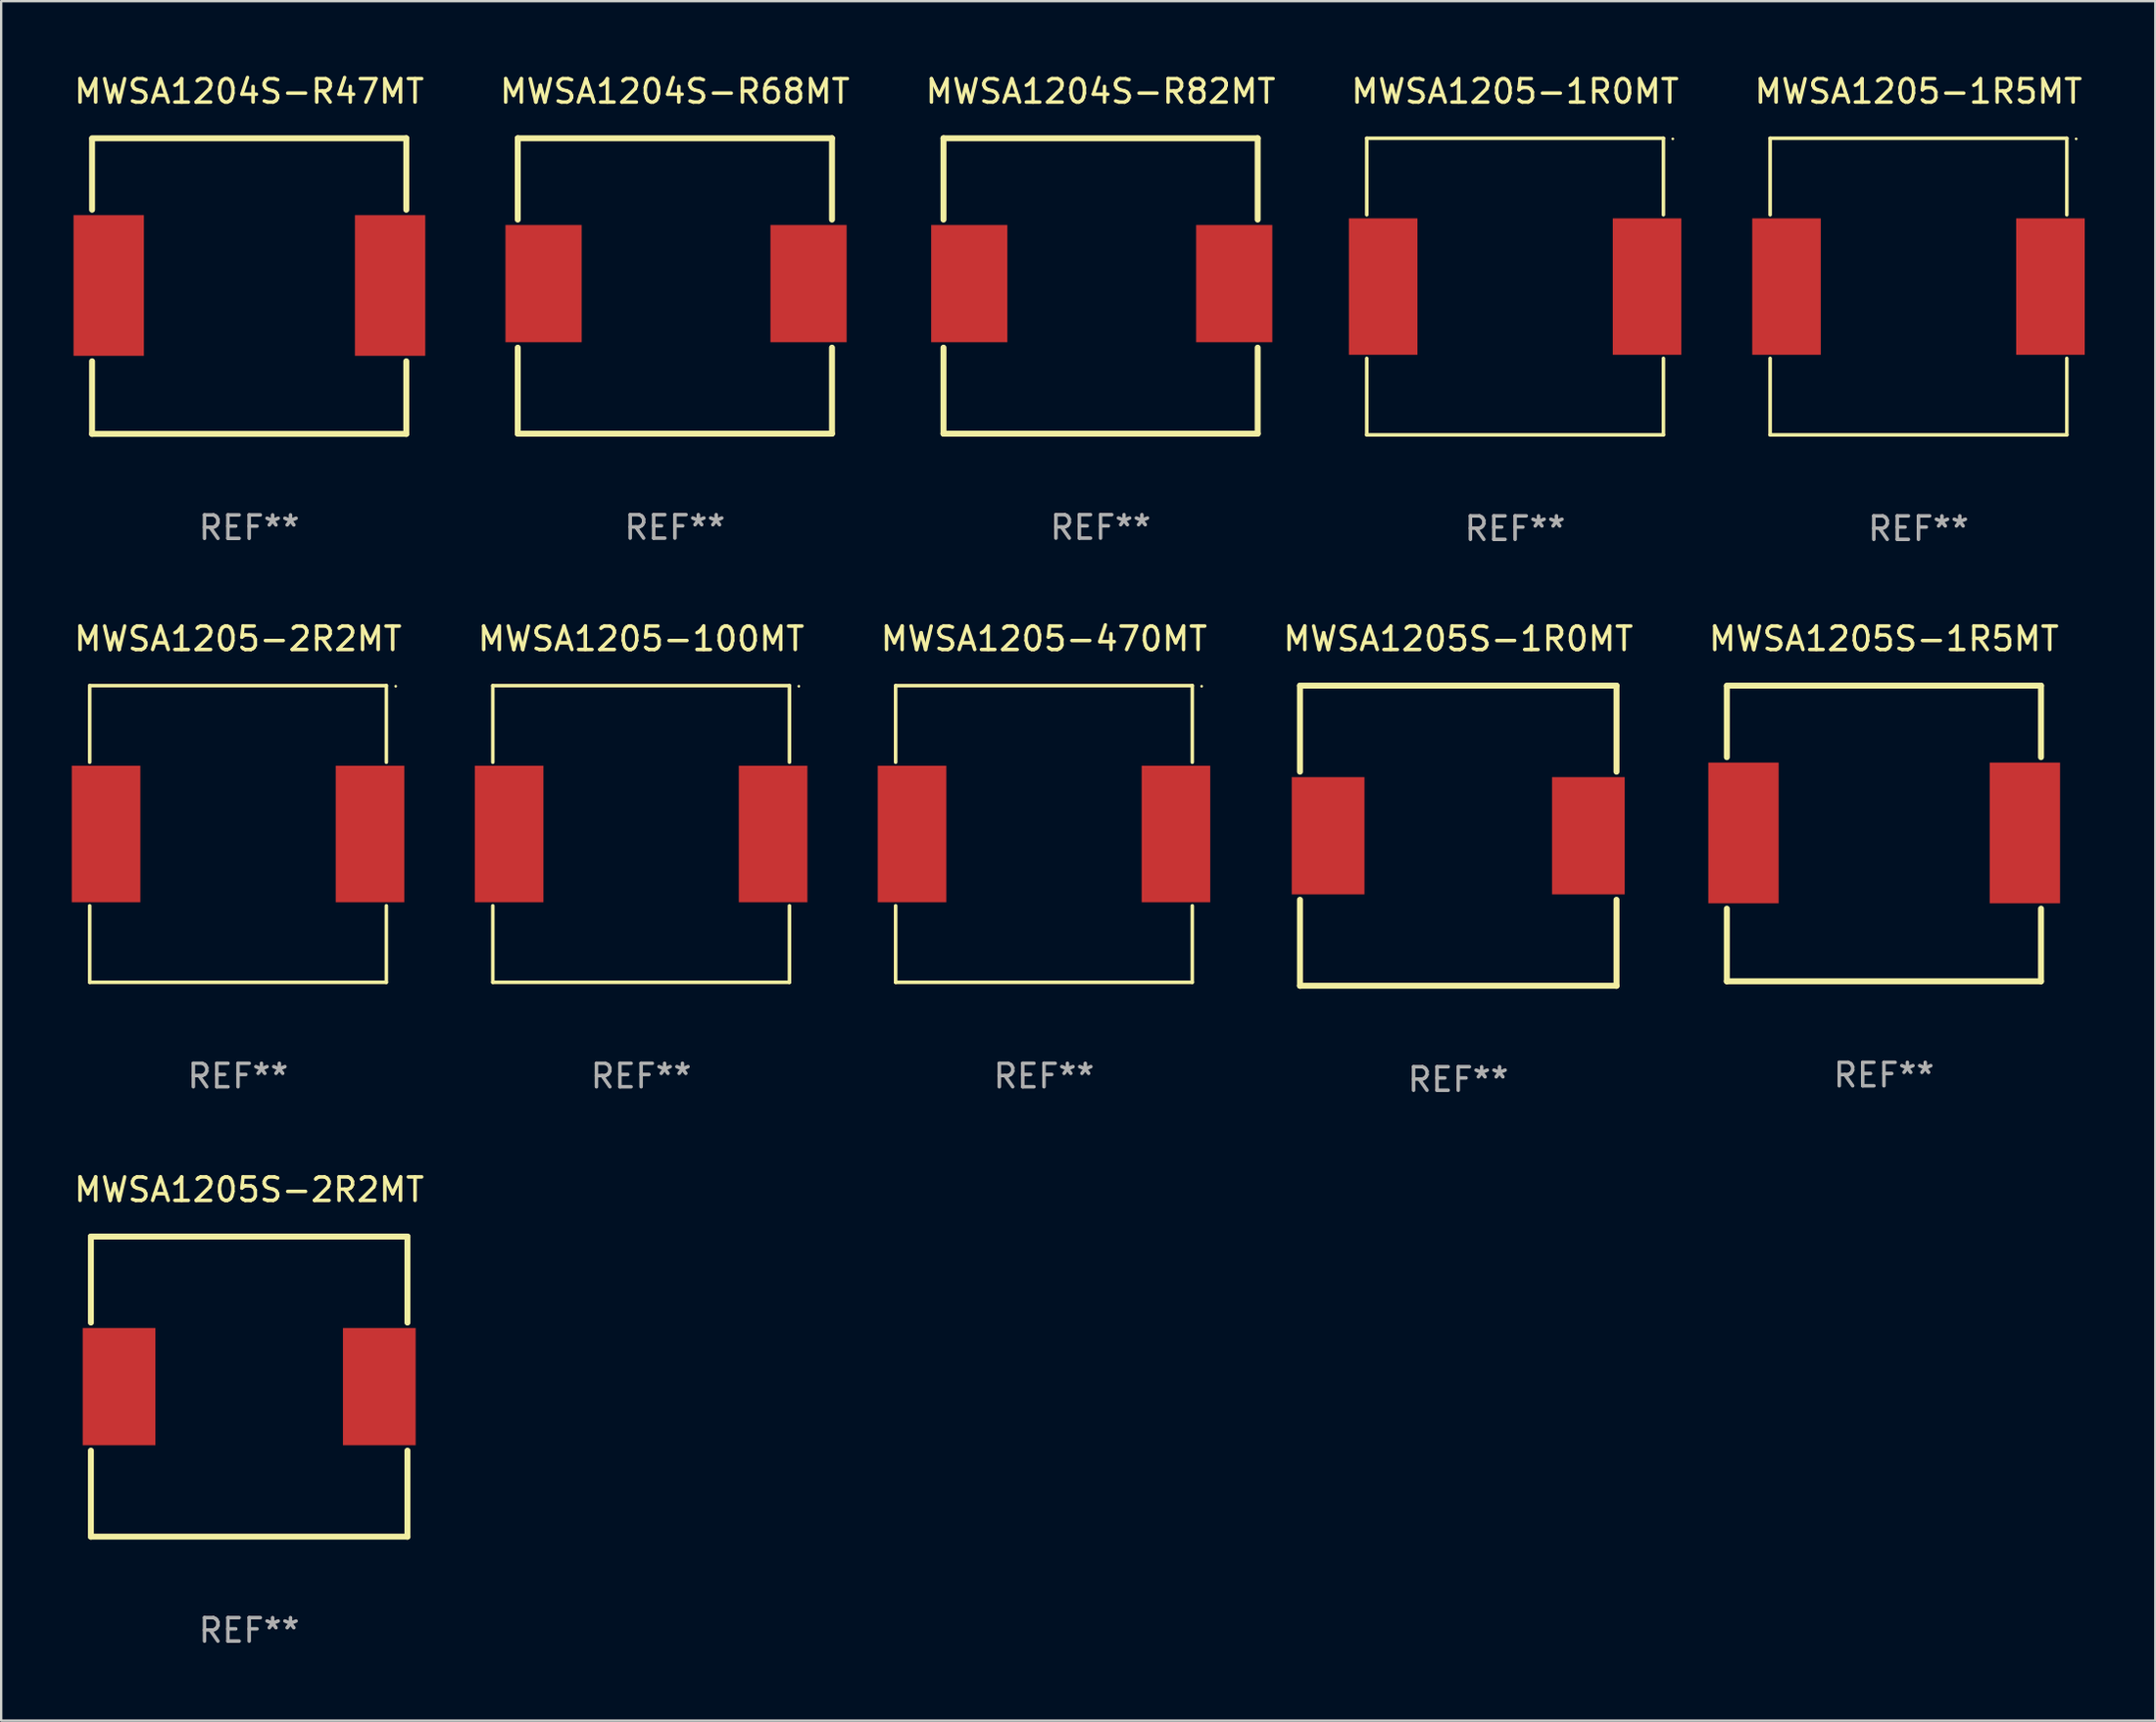
<source format=kicad_pcb>
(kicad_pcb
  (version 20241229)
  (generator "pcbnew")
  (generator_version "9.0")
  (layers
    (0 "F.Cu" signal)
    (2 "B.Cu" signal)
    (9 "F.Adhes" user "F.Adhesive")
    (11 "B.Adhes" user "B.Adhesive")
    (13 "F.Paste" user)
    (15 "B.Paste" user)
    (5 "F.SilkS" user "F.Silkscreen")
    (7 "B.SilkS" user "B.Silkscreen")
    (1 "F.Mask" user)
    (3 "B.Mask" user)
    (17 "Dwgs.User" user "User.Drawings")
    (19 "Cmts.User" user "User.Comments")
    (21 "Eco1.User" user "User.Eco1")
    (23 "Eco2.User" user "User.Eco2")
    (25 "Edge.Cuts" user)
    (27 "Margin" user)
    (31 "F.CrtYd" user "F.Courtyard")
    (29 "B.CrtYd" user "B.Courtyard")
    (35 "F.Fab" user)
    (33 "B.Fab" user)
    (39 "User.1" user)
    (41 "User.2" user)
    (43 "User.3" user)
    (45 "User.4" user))
  (footprint "MWSA1204S-R82MT"
    (layer "F.Cu")
    (at 43.887 9.148)
    (property "Reference" "MWSA1204S-R82MT" (at 0 -8.3 0) (layer "F.SilkS") (effects (font (size 1 1) (thickness 0.15))))
    (attr through_hole)
    (fp_line (start -6.7 -6.3) (end 6.7 -6.3) (stroke (width 0.254) (type solid)) (layer "F.SilkS"))
    (fp_line (start -6.7 -2.831) (end -6.7 -6.3) (stroke (width 0.254) (type solid)) (layer "F.SilkS"))
    (fp_line (start -6.7 6.3) (end -6.7 2.631) (stroke (width 0.254) (type solid)) (layer "F.SilkS"))
    (fp_line (start -6.7 6.3) (end 6.7 6.3) (stroke (width 0.254) (type solid)) (layer "F.SilkS"))
    (fp_line (start 6.7 -6.3) (end 6.7 -2.831) (stroke (width 0.254) (type solid)) (layer "F.SilkS"))
    (fp_line (start 6.7 2.631) (end 6.7 6.3) (stroke (width 0.254) (type solid)) (layer "F.SilkS"))
    (fp_circle (center -6.65 6.2) (end -6.62 6.2) (stroke (width 0.06) (type solid)) (fill no) (layer "F.SilkS"))
    (fp_text user "REF**" (at 0 10.3 0) (layer "F.Fab") (effects (font (size 1 1) (thickness 0.15))))
    (pad "1" smd rect (at -5.6 -0.1 90) (size 5 3.25) (layers "F.Cu" "F.Mask" "F.Paste"))
    (pad "2" smd rect (at 5.7 -0.1 90) (size 5 3.25) (layers "F.Cu" "F.Mask" "F.Paste")))
  (footprint "MWSA1204S-R47MT"
    (layer "F.Cu")
    (at 7.577 9.153)
    (property "Reference" "MWSA1204S-R47MT" (at 0 -8.305 0) (layer "F.SilkS") (effects (font (size 1 1) (thickness 0.15))))
    (attr through_hole)
    (fp_line (start -6.7 -6.275) (end -6.7 -3.256) (stroke (width 0.254) (type solid)) (layer "F.SilkS"))
    (fp_line (start -6.7 3.206) (end -6.7 6.305) (stroke (width 0.254) (type solid)) (layer "F.SilkS"))
    (fp_line (start -6.7 6.305) (end 6.7 6.305) (stroke (width 0.254) (type solid)) (layer "F.SilkS"))
    (fp_line (start 6.7 -6.305) (end -6.7 -6.305) (stroke (width 0.254) (type solid)) (layer "F.SilkS"))
    (fp_line (start 6.7 -3.256) (end 6.7 -6.305) (stroke (width 0.254) (type solid)) (layer "F.SilkS"))
    (fp_line (start 6.7 6.305) (end 6.7 3.206) (stroke (width 0.254) (type solid)) (layer "F.SilkS"))
    (fp_circle (center -6.715 6.275) (end -6.685 6.275) (stroke (width 0.06) (type solid)) (fill no) (layer "F.SilkS"))
    (fp_text user "REF**" (at 0 10.305 0) (layer "F.Fab") (effects (font (size 1 1) (thickness 0.15))))
    (pad "1" smd rect (at -5.99 -0.025) (size 3 6) (layers "F.Cu" "F.Mask" "F.Paste"))
    (pad "2" smd rect (at 6.01 -0.025) (size 3 6) (layers "F.Cu" "F.Mask" "F.Paste")))
  (footprint "MWSA1205-1R0MT"
    (layer "F.Cu")
    (at 61.565 9.174)
    (property "Reference" "MWSA1205-1R0MT" (at 0 -8.326 0) (layer "F.SilkS") (effects (font (size 1 1) (thickness 0.15))))
    (attr through_hole)
    (fp_line (start -6.326 -6.326) (end 6.326 -6.326) (stroke (width 0.152) (type solid)) (layer "F.SilkS"))
    (fp_line (start -6.326 -3.062) (end -6.326 -6.326) (stroke (width 0.152) (type solid)) (layer "F.SilkS"))
    (fp_line (start -6.326 3.062) (end -6.326 6.326) (stroke (width 0.152) (type solid)) (layer "F.SilkS"))
    (fp_line (start -6.326 6.326) (end 6.326 6.326) (stroke (width 0.152) (type solid)) (layer "F.SilkS"))
    (fp_line (start 6.326 -6.326) (end 6.326 -3.062) (stroke (width 0.152) (type solid)) (layer "F.SilkS"))
    (fp_line (start 6.326 6.326) (end 6.326 3.062) (stroke (width 0.152) (type solid)) (layer "F.SilkS"))
    (fp_circle (center 6.725 -6.3) (end 6.755 -6.3) (stroke (width 0.06) (type solid)) (fill no) (layer "F.SilkS"))
    (fp_text user "REF**" (at 0 10.326 0) (layer "F.Fab") (effects (font (size 1 1) (thickness 0.15))))
    (pad "1" smd rect (at 5.628 0) (size 2.924 5.82) (layers "F.Cu" "F.Mask" "F.Paste"))
    (pad "2" smd rect (at -5.628 0) (size 2.924 5.82) (layers "F.Cu" "F.Mask" "F.Paste")))
  (footprint "MWSA1205-2R2MT"
    (layer "F.Cu")
    (at 7.101 32.523)
    (property "Reference" "MWSA1205-2R2MT" (at 0 -8.326 0) (layer "F.SilkS") (effects (font (size 1 1) (thickness 0.15))))
    (attr through_hole)
    (fp_line (start -6.326 -6.326) (end 6.326 -6.326) (stroke (width 0.152) (type solid)) (layer "F.SilkS"))
    (fp_line (start -6.326 -3.062) (end -6.326 -6.326) (stroke (width 0.152) (type solid)) (layer "F.SilkS"))
    (fp_line (start -6.326 3.062) (end -6.326 6.326) (stroke (width 0.152) (type solid)) (layer "F.SilkS"))
    (fp_line (start -6.326 6.326) (end 6.326 6.326) (stroke (width 0.152) (type solid)) (layer "F.SilkS"))
    (fp_line (start 6.326 -6.326) (end 6.326 -3.062) (stroke (width 0.152) (type solid)) (layer "F.SilkS"))
    (fp_line (start 6.326 6.326) (end 6.326 3.062) (stroke (width 0.152) (type solid)) (layer "F.SilkS"))
    (fp_circle (center 6.725 -6.3) (end 6.755 -6.3) (stroke (width 0.06) (type solid)) (fill no) (layer "F.SilkS"))
    (fp_text user "REF**" (at 0 10.326 0) (layer "F.Fab") (effects (font (size 1 1) (thickness 0.15))))
    (pad "1" smd rect (at 5.628 0) (size 2.924 5.82) (layers "F.Cu" "F.Mask" "F.Paste"))
    (pad "2" smd rect (at -5.628 0) (size 2.924 5.82) (layers "F.Cu" "F.Mask" "F.Paste")))
  (footprint "MWSA1205S-1R5MT"
    (layer "F.Cu")
    (at 77.295 32.502)
    (property "Reference" "MWSA1205S-1R5MT" (at 0 -8.305 0) (layer "F.SilkS") (effects (font (size 1 1) (thickness 0.15))))
    (attr through_hole)
    (fp_line (start -6.7 -6.275) (end -6.7 -3.256) (stroke (width 0.254) (type solid)) (layer "F.SilkS"))
    (fp_line (start -6.7 3.206) (end -6.7 6.305) (stroke (width 0.254) (type solid)) (layer "F.SilkS"))
    (fp_line (start -6.7 6.305) (end 6.7 6.305) (stroke (width 0.254) (type solid)) (layer "F.SilkS"))
    (fp_line (start 6.7 -6.305) (end -6.7 -6.305) (stroke (width 0.254) (type solid)) (layer "F.SilkS"))
    (fp_line (start 6.7 -3.256) (end 6.7 -6.305) (stroke (width 0.254) (type solid)) (layer "F.SilkS"))
    (fp_line (start 6.7 6.305) (end 6.7 3.206) (stroke (width 0.254) (type solid)) (layer "F.SilkS"))
    (fp_circle (center -6.715 6.275) (end -6.685 6.275) (stroke (width 0.06) (type solid)) (fill no) (layer "F.SilkS"))
    (fp_text user "REF**" (at 0 10.305 0) (layer "F.Fab") (effects (font (size 1 1) (thickness 0.15))))
    (pad "1" smd rect (at -5.99 -0.025) (size 3 6) (layers "F.Cu" "F.Mask" "F.Paste"))
    (pad "2" smd rect (at 6.01 -0.025) (size 3 6) (layers "F.Cu" "F.Mask" "F.Paste")))
  (footprint "MWSA1205S-1R0MT"
    (layer "F.Cu")
    (at 59.14 32.597)
    (property "Reference" "MWSA1205S-1R0MT" (at 0 -8.4 0) (layer "F.SilkS") (effects (font (size 1 1) (thickness 0.15))))
    (attr through_hole)
    (fp_line (start -6.75 -6.4) (end -6.75 -2.731) (stroke (width 0.254) (type solid)) (layer "F.SilkS"))
    (fp_line (start -6.75 -6.4) (end 6.75 -6.4) (stroke (width 0.254) (type solid)) (layer "F.SilkS"))
    (fp_line (start -6.75 2.731) (end -6.75 6.4) (stroke (width 0.254) (type solid)) (layer "F.SilkS"))
    (fp_line (start 6.75 -2.731) (end 6.75 -6.4) (stroke (width 0.254) (type solid)) (layer "F.SilkS"))
    (fp_line (start 6.75 6.4) (end -6.75 6.4) (stroke (width 0.254) (type solid)) (layer "F.SilkS"))
    (fp_line (start 6.75 6.4) (end 6.75 2.731) (stroke (width 0.254) (type solid)) (layer "F.SilkS"))
    (fp_circle (center -6.725 -6.3) (end -6.695 -6.3) (stroke (width 0.06) (type solid)) (fill no) (layer "F.SilkS"))
    (fp_text user "REF**" (at 0 10.4 0) (layer "F.Fab") (effects (font (size 1 1) (thickness 0.15))))
    (pad "1" smd rect (at -5.55 0) (size 3.1 5) (layers "F.Cu" "F.Mask" "F.Paste"))
    (pad "2" smd rect (at 5.55 0) (size 3.1 5) (layers "F.Cu" "F.Mask" "F.Paste")))
  (footprint "MWSA1205-1R5MT"
    (layer "F.Cu")
    (at 78.768 9.174)
    (property "Reference" "MWSA1205-1R5MT" (at 0 -8.326 0) (layer "F.SilkS") (effects (font (size 1 1) (thickness 0.15))))
    (attr through_hole)
    (fp_line (start -6.326 -6.326) (end 6.326 -6.326) (stroke (width 0.152) (type solid)) (layer "F.SilkS"))
    (fp_line (start -6.326 -3.062) (end -6.326 -6.326) (stroke (width 0.152) (type solid)) (layer "F.SilkS"))
    (fp_line (start -6.326 3.062) (end -6.326 6.326) (stroke (width 0.152) (type solid)) (layer "F.SilkS"))
    (fp_line (start -6.326 6.326) (end 6.326 6.326) (stroke (width 0.152) (type solid)) (layer "F.SilkS"))
    (fp_line (start 6.326 -6.326) (end 6.326 -3.062) (stroke (width 0.152) (type solid)) (layer "F.SilkS"))
    (fp_line (start 6.326 6.326) (end 6.326 3.062) (stroke (width 0.152) (type solid)) (layer "F.SilkS"))
    (fp_circle (center 6.725 -6.3) (end 6.755 -6.3) (stroke (width 0.06) (type solid)) (fill no) (layer "F.SilkS"))
    (fp_text user "REF**" (at 0 10.326 0) (layer "F.Fab") (effects (font (size 1 1) (thickness 0.15))))
    (pad "1" smd rect (at 5.628 0) (size 2.924 5.82) (layers "F.Cu" "F.Mask" "F.Paste"))
    (pad "2" smd rect (at -5.628 0) (size 2.924 5.82) (layers "F.Cu" "F.Mask" "F.Paste")))
  (footprint "MWSA1205-100MT"
    (layer "F.Cu")
    (at 24.293 32.523)
    (property "Reference" "MWSA1205-100MT" (at 0 -8.326 0) (layer "F.SilkS") (effects (font (size 1 1) (thickness 0.15))))
    (attr through_hole)
    (fp_line (start -6.326 -6.326) (end 6.326 -6.326) (stroke (width 0.152) (type solid)) (layer "F.SilkS"))
    (fp_line (start -6.326 -3.062) (end -6.326 -6.326) (stroke (width 0.152) (type solid)) (layer "F.SilkS"))
    (fp_line (start -6.326 3.062) (end -6.326 6.326) (stroke (width 0.152) (type solid)) (layer "F.SilkS"))
    (fp_line (start -6.326 6.326) (end 6.326 6.326) (stroke (width 0.152) (type solid)) (layer "F.SilkS"))
    (fp_line (start 6.326 -6.326) (end 6.326 -3.062) (stroke (width 0.152) (type solid)) (layer "F.SilkS"))
    (fp_line (start 6.326 6.326) (end 6.326 3.062) (stroke (width 0.152) (type solid)) (layer "F.SilkS"))
    (fp_circle (center 6.725 -6.3) (end 6.755 -6.3) (stroke (width 0.06) (type solid)) (fill no) (layer "F.SilkS"))
    (fp_text user "REF**" (at 0 10.326 0) (layer "F.Fab") (effects (font (size 1 1) (thickness 0.15))))
    (pad "1" smd rect (at 5.628 0) (size 2.924 5.82) (layers "F.Cu" "F.Mask" "F.Paste"))
    (pad "2" smd rect (at -5.628 0) (size 2.924 5.82) (layers "F.Cu" "F.Mask" "F.Paste")))
  (footprint "MWSA1204S-R68MT"
    (layer "F.Cu")
    (at 25.732 9.148)
    (property "Reference" "MWSA1204S-R68MT" (at 0 -8.3 0) (layer "F.SilkS") (effects (font (size 1 1) (thickness 0.15))))
    (attr through_hole)
    (fp_line (start -6.7 -6.3) (end 6.7 -6.3) (stroke (width 0.254) (type solid)) (layer "F.SilkS"))
    (fp_line (start -6.7 -2.831) (end -6.7 -6.3) (stroke (width 0.254) (type solid)) (layer "F.SilkS"))
    (fp_line (start -6.7 6.3) (end -6.7 2.631) (stroke (width 0.254) (type solid)) (layer "F.SilkS"))
    (fp_line (start -6.7 6.3) (end 6.7 6.3) (stroke (width 0.254) (type solid)) (layer "F.SilkS"))
    (fp_line (start 6.7 -6.3) (end 6.7 -2.831) (stroke (width 0.254) (type solid)) (layer "F.SilkS"))
    (fp_line (start 6.7 2.631) (end 6.7 6.3) (stroke (width 0.254) (type solid)) (layer "F.SilkS"))
    (fp_circle (center -6.65 6.2) (end -6.62 6.2) (stroke (width 0.06) (type solid)) (fill no) (layer "F.SilkS"))
    (fp_text user "REF**" (at 0 10.3 0) (layer "F.Fab") (effects (font (size 1 1) (thickness 0.15))))
    (pad "1" smd rect (at -5.6 -0.1 90) (size 5 3.25) (layers "F.Cu" "F.Mask" "F.Paste"))
    (pad "2" smd rect (at 5.7 -0.1 90) (size 5 3.25) (layers "F.Cu" "F.Mask" "F.Paste")))
  (footprint "MWSA1205-470MT"
    (layer "F.Cu")
    (at 41.473 32.523)
    (property "Reference" "MWSA1205-470MT" (at 0 -8.326 0) (layer "F.SilkS") (effects (font (size 1 1) (thickness 0.15))))
    (attr through_hole)
    (fp_line (start -6.326 -6.326) (end 6.326 -6.326) (stroke (width 0.152) (type solid)) (layer "F.SilkS"))
    (fp_line (start -6.326 -3.062) (end -6.326 -6.326) (stroke (width 0.152) (type solid)) (layer "F.SilkS"))
    (fp_line (start -6.326 3.062) (end -6.326 6.326) (stroke (width 0.152) (type solid)) (layer "F.SilkS"))
    (fp_line (start -6.326 6.326) (end 6.326 6.326) (stroke (width 0.152) (type solid)) (layer "F.SilkS"))
    (fp_line (start 6.326 -6.326) (end 6.326 -3.062) (stroke (width 0.152) (type solid)) (layer "F.SilkS"))
    (fp_line (start 6.326 6.326) (end 6.326 3.062) (stroke (width 0.152) (type solid)) (layer "F.SilkS"))
    (fp_circle (center 6.725 -6.3) (end 6.755 -6.3) (stroke (width 0.06) (type solid)) (fill no) (layer "F.SilkS"))
    (fp_text user "REF**" (at 0 10.326 0) (layer "F.Fab") (effects (font (size 1 1) (thickness 0.15))))
    (pad "1" smd rect (at 5.628 0) (size 2.924 5.82) (layers "F.Cu" "F.Mask" "F.Paste"))
    (pad "2" smd rect (at -5.628 0) (size 2.924 5.82) (layers "F.Cu" "F.Mask" "F.Paste")))
  (footprint "MWSA1205S-2R2MT"
    (layer "F.Cu")
    (at 7.577 56.094)
    (property "Reference" "MWSA1205S-2R2MT" (at 0 -8.4 0) (layer "F.SilkS") (effects (font (size 1 1) (thickness 0.15))))
    (attr through_hole)
    (fp_line (start -6.75 -6.4) (end -6.75 -2.731) (stroke (width 0.254) (type solid)) (layer "F.SilkS"))
    (fp_line (start -6.75 -6.4) (end 6.75 -6.4) (stroke (width 0.254) (type solid)) (layer "F.SilkS"))
    (fp_line (start -6.75 2.731) (end -6.75 6.4) (stroke (width 0.254) (type solid)) (layer "F.SilkS"))
    (fp_line (start 6.75 -2.731) (end 6.75 -6.4) (stroke (width 0.254) (type solid)) (layer "F.SilkS"))
    (fp_line (start 6.75 6.4) (end -6.75 6.4) (stroke (width 0.254) (type solid)) (layer "F.SilkS"))
    (fp_line (start 6.75 6.4) (end 6.75 2.731) (stroke (width 0.254) (type solid)) (layer "F.SilkS"))
    (fp_circle (center -6.725 -6.3) (end -6.695 -6.3) (stroke (width 0.06) (type solid)) (fill no) (layer "F.SilkS"))
    (fp_text user "REF**" (at 0 10.4 0) (layer "F.Fab") (effects (font (size 1 1) (thickness 0.15))))
    (pad "1" smd rect (at -5.55 0) (size 3.1 5) (layers "F.Cu" "F.Mask" "F.Paste"))
    (pad "2" smd rect (at 5.55 0) (size 3.1 5) (layers "F.Cu" "F.Mask" "F.Paste")))
  (gr_rect
    (start -3 -3)
    (end 88.869 70.342)
    (stroke (width 0.1) (type default))
    (fill no)
    (layer "Edge.Cuts")))
</source>
